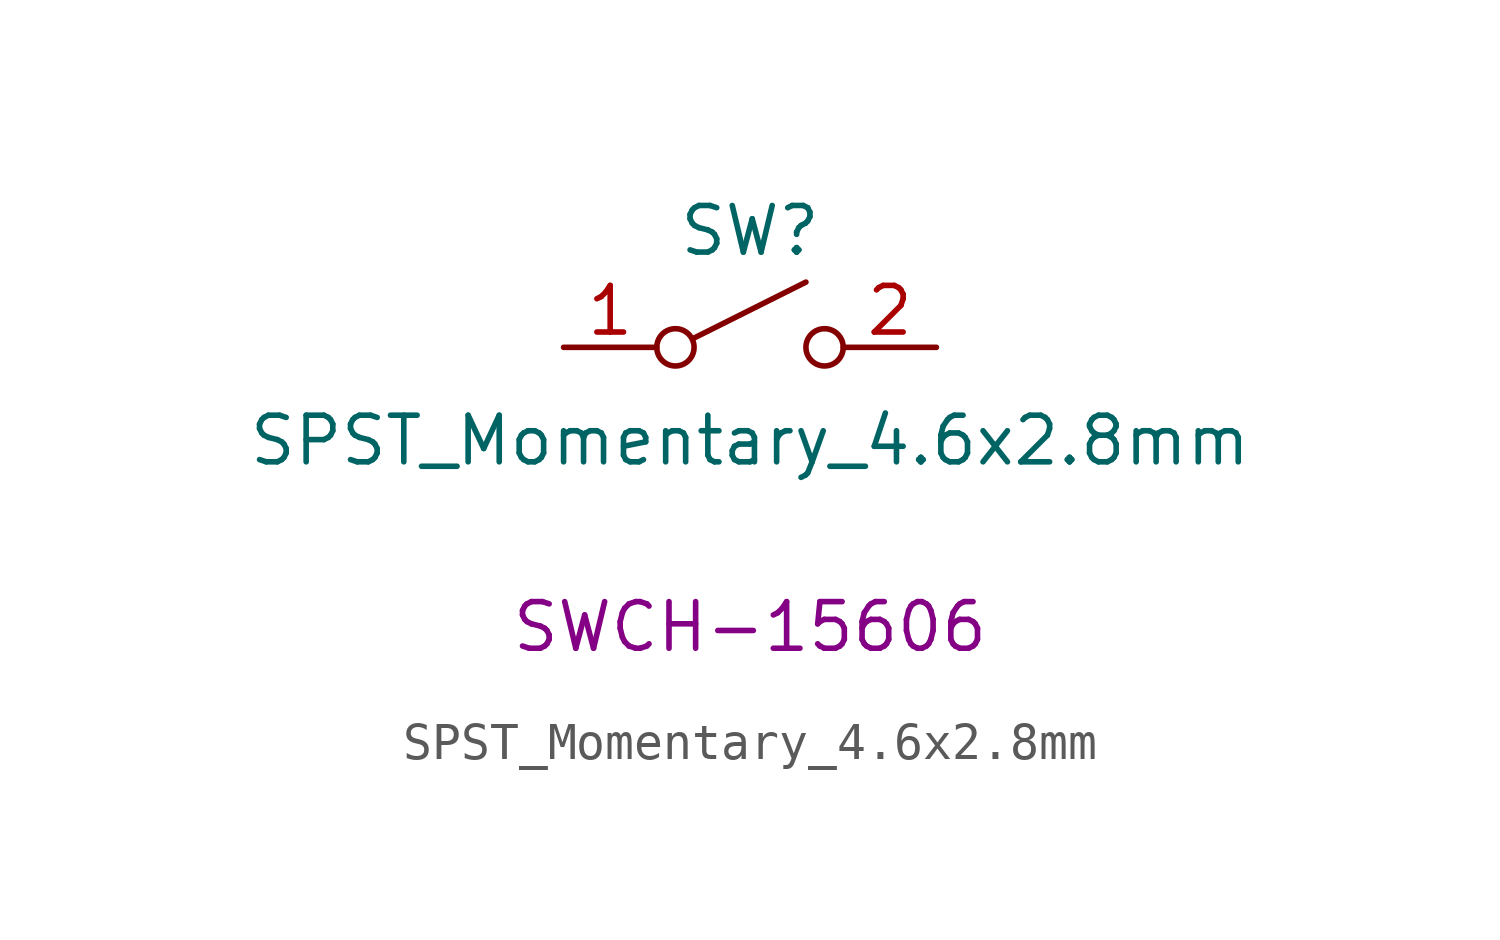
<source format=kicad_sym>
(kicad_symbol_lib
  (version 20220914)
  (generator kicad_symbol_editor)
  (symbol "SPST_Momentary_4.6x2.8mm"
    (pin_names
      (offset 0) hide)
    (property "Reference" "SW"
      (at 0 3.175 0)
      (effects (font (size 1.27 1.27))))
    (property "Value" "SPST_Momentary_4.6x2.8mm"
      (at 0 -2.54 0)
      (effects (font (size 1.27 1.27))))
    (property "PROD_ID" "SWCH-15606"
      (at 0 -7.62 0)
      (effects (font (size 1.27 1.27))))
    (symbol "SPST_Momentary_4.6x2.8mm_0_0"
      (circle (center -2.032 0) (radius 0.508) (stroke (width 0) (type default)) (fill (type none)))
      (polyline (pts (xy -1.524 0.254) (xy 1.524 1.778)) (stroke (width 0) (type default)) (fill (type none)))
      (circle (center 2.032 0) (radius 0.508) (stroke (width 0) (type default)) (fill (type none))))
    (symbol "SPST_Momentary_4.6x2.8mm_1_1"
      (pin passive line (at -5.08 0 0) (length 2.54) (name "A" (effects (font (size 1.27 1.27)))) (number "1" (effects (font (size 1.27 1.27)))))
      (pin passive line (at 5.08 0 180) (length 2.54) (name "B" (effects (font (size 1.27 1.27)))) (number "2" (effects (font (size 1.27 1.27))))))))
</source>
